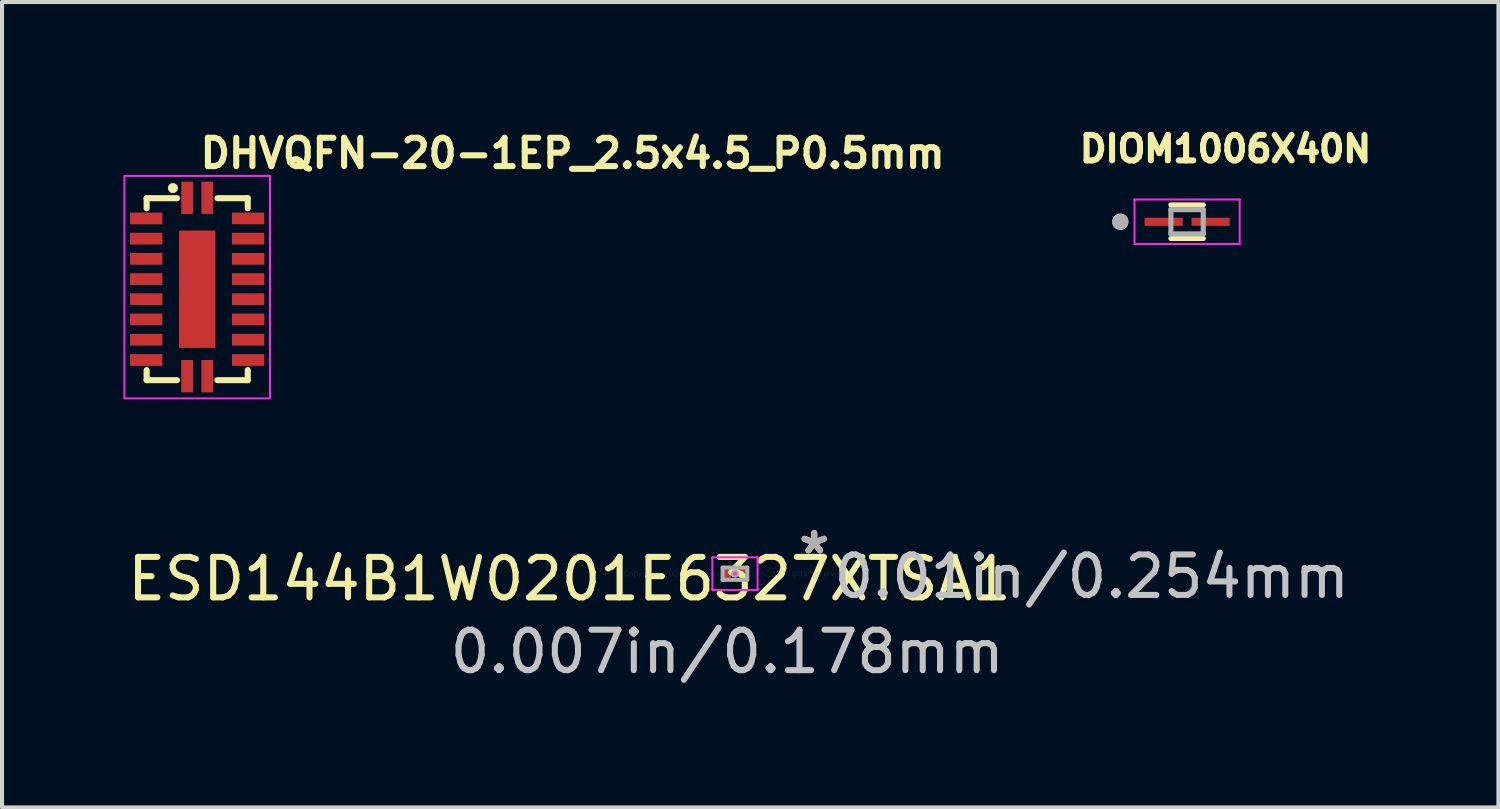
<source format=kicad_pcb>
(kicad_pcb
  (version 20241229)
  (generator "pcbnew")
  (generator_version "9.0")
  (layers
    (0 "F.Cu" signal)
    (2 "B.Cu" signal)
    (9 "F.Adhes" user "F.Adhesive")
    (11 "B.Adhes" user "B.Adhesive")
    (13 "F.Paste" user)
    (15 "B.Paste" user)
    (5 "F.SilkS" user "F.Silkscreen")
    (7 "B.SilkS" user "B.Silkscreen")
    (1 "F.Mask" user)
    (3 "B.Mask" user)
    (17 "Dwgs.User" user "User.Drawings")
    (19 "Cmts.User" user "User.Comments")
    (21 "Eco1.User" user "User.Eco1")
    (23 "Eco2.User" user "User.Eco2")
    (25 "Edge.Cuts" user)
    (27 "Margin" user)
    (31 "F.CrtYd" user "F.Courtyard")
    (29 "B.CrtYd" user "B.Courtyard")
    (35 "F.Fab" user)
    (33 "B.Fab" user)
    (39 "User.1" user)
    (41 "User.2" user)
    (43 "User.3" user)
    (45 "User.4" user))
  (footprint "ESD144B1W0201E6327XTSA1"
    (layer "F.Cu")
    (at 15.12 11.133)
    (property "Reference" "ESD144B1W0201E6327XTSA1" (at -4.09 0.13 0) (layer "F.SilkS") (effects (font (size 1 1) (thickness 0.15))))
    (attr through_hole)
    (fp_line (start -0.559 -0.406) (end 0.559 -0.406) (stroke (width 0.05) (type solid)) (layer "F.CrtYd"))
    (fp_line (start -0.559 -0.381) (end -0.559 -0.406) (stroke (width 0.05) (type solid)) (layer "F.CrtYd"))
    (fp_line (start -0.559 -0.381) (end -0.559 -0.381) (stroke (width 0.05) (type solid)) (layer "F.CrtYd"))
    (fp_line (start -0.559 0.381) (end -0.559 -0.381) (stroke (width 0.05) (type solid)) (layer "F.CrtYd"))
    (fp_line (start -0.559 0.381) (end -0.559 0.381) (stroke (width 0.05) (type solid)) (layer "F.CrtYd"))
    (fp_line (start -0.559 0.406) (end -0.559 0.381) (stroke (width 0.05) (type solid)) (layer "F.CrtYd"))
    (fp_line (start 0.559 -0.406) (end 0.559 -0.381) (stroke (width 0.05) (type solid)) (layer "F.CrtYd"))
    (fp_line (start 0.559 -0.381) (end 0.559 -0.381) (stroke (width 0.05) (type solid)) (layer "F.CrtYd"))
    (fp_line (start 0.559 -0.381) (end 0.559 0.381) (stroke (width 0.05) (type solid)) (layer "F.CrtYd"))
    (fp_line (start 0.559 0.381) (end 0.559 0.381) (stroke (width 0.05) (type solid)) (layer "F.CrtYd"))
    (fp_line (start 0.559 0.381) (end 0.559 0.406) (stroke (width 0.05) (type solid)) (layer "F.CrtYd"))
    (fp_line (start 0.559 0.406) (end -0.559 0.406) (stroke (width 0.05) (type solid)) (layer "F.CrtYd"))
    (fp_circle (center 0 0) (end 0 0) (stroke (width 0.05) (type solid)) (fill no) (layer "F.CrtYd"))
    (fp_line (start -0.305 -0.152) (end -0.305 0.152) (stroke (width 0.1) (type solid)) (layer "F.Fab"))
    (fp_line (start -0.305 0.152) (end 0.305 0.152) (stroke (width 0.1) (type solid)) (layer "F.Fab"))
    (fp_line (start 0.305 -0.152) (end -0.305 -0.152) (stroke (width 0.1) (type solid)) (layer "F.Fab"))
    (fp_line (start 0.305 0.152) (end 0.305 -0.152) (stroke (width 0.1) (type solid)) (layer "F.Fab"))
    (fp_circle (center 0 0) (end 0 0) (stroke (width 0.1) (type solid)) (fill no) (layer "F.Fab"))
    (fp_text user "*" (at 1.96 -0.46 0) (layer "F.SilkS") (effects (font (size 1 1) (thickness 0.15))))
    (fp_text user "0.007in/0.178mm" (at -0.191 1.93 0) (layer "Dwgs.User") (effects (font (size 1 1) (thickness 0.15))))
    (fp_text user "0.01in/0.254mm" (at 8.82 0.07 0) (layer "Dwgs.User") (effects (font (size 1 1) (thickness 0.15))))
    (fp_text user "Copyright 2021 Accelerated Designs. All rights reserved." (at 0 0 0) (layer "Cmts.User") (effects (font (size 0.127 0.127) (thickness 0.002))))
    (fp_text user "*" (at 1.96 -0.46 0) (layer "F.Fab") (effects (font (size 1 1) (thickness 0.15))))
    (pad "1" smd rect (at -0.191 0) (size 0.178 0.254) (layers "F.Cu" "F.Mask" "F.Paste"))
    (pad "2" smd rect (at 0.191 0) (size 0.178 0.254) (layers "F.Cu" "F.Mask" "F.Paste")))
  (footprint "DHVQFN-20-1EP_2.5x4.5_P0.5mm"
    (layer "F.Cu")
    (at 1.825 4.1)
    (property "Reference" "DHVQFN-20-1EP_2.5x4.5_P0.5mm" (at 0 -2.95 0) (layer "F.SilkS") (effects (font (size 0.7 0.7) (thickness 0.15)) (justify left bottom)))
    (attr smd)
    (fp_line (start -1.25 -2.25) (end -1.25 -2) (stroke (width 0.15) (type solid)) (layer "F.SilkS"))
    (fp_line (start -1.25 -2.25) (end -0.5 -2.25) (stroke (width 0.15) (type solid)) (layer "F.SilkS"))
    (fp_line (start -1.25 2.249) (end -1.25 2) (stroke (width 0.15) (type solid)) (layer "F.SilkS"))
    (fp_line (start -1.25 2.249) (end -0.5 2.249) (stroke (width 0.15) (type solid)) (layer "F.SilkS"))
    (fp_line (start 1.249 -2.25) (end 0.5 -2.25) (stroke (width 0.15) (type solid)) (layer "F.SilkS"))
    (fp_line (start 1.249 -2.25) (end 1.25 -2) (stroke (width 0.15) (type solid)) (layer "F.SilkS"))
    (fp_line (start 1.249 2.249) (end 0.5 2.249) (stroke (width 0.15) (type solid)) (layer "F.SilkS"))
    (fp_line (start 1.249 2.249) (end 1.25 2) (stroke (width 0.15) (type solid)) (layer "F.SilkS"))
    (fp_circle (center -0.6 -2.5) (end -0.551 -2.5) (stroke (width 0.15) (type solid)) (fill yes) (layer "F.SilkS"))
    (fp_poly (pts (xy -0.203 0.2) (xy 0.2 0.2) (xy 0.2 0.847) (xy -0.203 0.847)) (stroke (width 0.01) (type solid)) (fill yes) (layer "F.Paste"))
    (fp_poly (pts (xy 0.2 -0.203) (xy -0.203 -0.203) (xy -0.203 -0.85) (xy 0.2 -0.85)) (stroke (width 0.01) (type solid)) (fill yes) (layer "F.Paste"))
    (fp_rect (start -1.8 -2.8) (end 1.8 2.7) (stroke (width 0.05) (type solid)) (fill no) (layer "F.CrtYd"))
    (fp_rect (start -1.26 -2.261) (end 1.259 2.258) (stroke (width 0.1) (type solid)) (fill no) (layer "User.5"))
    (fp_line (start -1.26 -1.871) (end -1.26 -1.631) (stroke (width 0.02) (type solid)) (layer "User.9"))
    (fp_line (start -1.26 -1.631) (end -1.25 -1.631) (stroke (width 0.02) (type solid)) (layer "User.9"))
    (fp_line (start -1.26 -1.371) (end -1.26 -1.131) (stroke (width 0.02) (type solid)) (layer "User.9"))
    (fp_line (start -1.26 -1.371) (end -1.26 -1.131) (stroke (width 0.02) (type solid)) (layer "User.9"))
    (fp_line (start -1.26 -1.131) (end -1.25 -1.131) (stroke (width 0.02) (type solid)) (layer "User.9"))
    (fp_line (start -1.26 -1.131) (end -1.25 -1.131) (stroke (width 0.02) (type solid)) (layer "User.9"))
    (fp_line (start -1.26 -0.87) (end -1.26 -0.63) (stroke (width 0.02) (type solid)) (layer "User.9"))
    (fp_line (start -1.26 -0.87) (end -1.26 -0.63) (stroke (width 0.02) (type solid)) (layer "User.9"))
    (fp_line (start -1.26 -0.87) (end -1.26 -0.63) (stroke (width 0.02) (type solid)) (layer "User.9"))
    (fp_line (start -1.26 -0.63) (end -1.25 -0.63) (stroke (width 0.02) (type solid)) (layer "User.9"))
    (fp_line (start -1.26 -0.63) (end -1.25 -0.63) (stroke (width 0.02) (type solid)) (layer "User.9"))
    (fp_line (start -1.26 -0.63) (end -1.25 -0.63) (stroke (width 0.02) (type solid)) (layer "User.9"))
    (fp_line (start -1.26 -0.37) (end -1.26 -0.132) (stroke (width 0.02) (type solid)) (layer "User.9"))
    (fp_line (start -1.26 -0.37) (end -1.26 -0.132) (stroke (width 0.02) (type solid)) (layer "User.9"))
    (fp_line (start -1.26 -0.37) (end -1.26 -0.132) (stroke (width 0.02) (type solid)) (layer "User.9"))
    (fp_line (start -1.26 -0.37) (end -1.26 -0.132) (stroke (width 0.02) (type solid)) (layer "User.9"))
    (fp_line (start -1.26 -0.132) (end -1.25 -0.132) (stroke (width 0.02) (type solid)) (layer "User.9"))
    (fp_line (start -1.26 -0.132) (end -1.25 -0.132) (stroke (width 0.02) (type solid)) (layer "User.9"))
    (fp_line (start -1.26 -0.132) (end -1.25 -0.132) (stroke (width 0.02) (type solid)) (layer "User.9"))
    (fp_line (start -1.26 -0.132) (end -1.25 -0.132) (stroke (width 0.02) (type solid)) (layer "User.9"))
    (fp_line (start -1.26 0.13) (end -1.26 0.368) (stroke (width 0.02) (type solid)) (layer "User.9"))
    (fp_line (start -1.26 0.13) (end -1.26 0.368) (stroke (width 0.02) (type solid)) (layer "User.9"))
    (fp_line (start -1.26 0.13) (end -1.26 0.368) (stroke (width 0.02) (type solid)) (layer "User.9"))
    (fp_line (start -1.26 0.13) (end -1.26 0.368) (stroke (width 0.02) (type solid)) (layer "User.9"))
    (fp_line (start -1.26 0.368) (end -1.25 0.368) (stroke (width 0.02) (type solid)) (layer "User.9"))
    (fp_line (start -1.26 0.368) (end -1.25 0.368) (stroke (width 0.02) (type solid)) (layer "User.9"))
    (fp_line (start -1.26 0.368) (end -1.25 0.368) (stroke (width 0.02) (type solid)) (layer "User.9"))
    (fp_line (start -1.26 0.368) (end -1.25 0.368) (stroke (width 0.02) (type solid)) (layer "User.9"))
    (fp_line (start -1.26 0.628) (end -1.26 0.868) (stroke (width 0.02) (type solid)) (layer "User.9"))
    (fp_line (start -1.26 0.628) (end -1.26 0.868) (stroke (width 0.02) (type solid)) (layer "User.9"))
    (fp_line (start -1.26 0.628) (end -1.26 0.868) (stroke (width 0.02) (type solid)) (layer "User.9"))
    (fp_line (start -1.26 0.868) (end -1.25 0.868) (stroke (width 0.02) (type solid)) (layer "User.9"))
    (fp_line (start -1.26 0.868) (end -1.25 0.868) (stroke (width 0.02) (type solid)) (layer "User.9"))
    (fp_line (start -1.26 0.868) (end -1.25 0.868) (stroke (width 0.02) (type solid)) (layer "User.9"))
    (fp_line (start -1.26 1.128) (end -1.26 1.37) (stroke (width 0.02) (type solid)) (layer "User.9"))
    (fp_line (start -1.26 1.128) (end -1.26 1.37) (stroke (width 0.02) (type solid)) (layer "User.9"))
    (fp_line (start -1.26 1.37) (end -1.25 1.37) (stroke (width 0.02) (type solid)) (layer "User.9"))
    (fp_line (start -1.26 1.37) (end -1.25 1.37) (stroke (width 0.02) (type solid)) (layer "User.9"))
    (fp_line (start -1.26 1.628) (end -1.26 1.87) (stroke (width 0.02) (type solid)) (layer "User.9"))
    (fp_line (start -1.26 1.87) (end -1.25 1.87) (stroke (width 0.02) (type solid)) (layer "User.9"))
    (fp_line (start -1.25 -2.25) (end -1.25 2.249) (stroke (width 0.02) (type solid)) (layer "User.9"))
    (fp_line (start -1.25 -1.871) (end -1.26 -1.871) (stroke (width 0.02) (type solid)) (layer "User.9"))
    (fp_line (start -1.25 -1.371) (end -1.26 -1.371) (stroke (width 0.02) (type solid)) (layer "User.9"))
    (fp_line (start -1.25 -1.371) (end -1.26 -1.371) (stroke (width 0.02) (type solid)) (layer "User.9"))
    (fp_line (start -1.25 -0.87) (end -1.26 -0.87) (stroke (width 0.02) (type solid)) (layer "User.9"))
    (fp_line (start -1.25 -0.87) (end -1.26 -0.87) (stroke (width 0.02) (type solid)) (layer "User.9"))
    (fp_line (start -1.25 -0.87) (end -1.26 -0.87) (stroke (width 0.02) (type solid)) (layer "User.9"))
    (fp_line (start -1.25 -0.37) (end -1.26 -0.37) (stroke (width 0.02) (type solid)) (layer "User.9"))
    (fp_line (start -1.25 -0.37) (end -1.26 -0.37) (stroke (width 0.02) (type solid)) (layer "User.9"))
    (fp_line (start -1.25 -0.37) (end -1.26 -0.37) (stroke (width 0.02) (type solid)) (layer "User.9"))
    (fp_line (start -1.25 -0.37) (end -1.26 -0.37) (stroke (width 0.02) (type solid)) (layer "User.9"))
    (fp_line (start -1.25 0.13) (end -1.26 0.13) (stroke (width 0.02) (type solid)) (layer "User.9"))
    (fp_line (start -1.25 0.13) (end -1.26 0.13) (stroke (width 0.02) (type solid)) (layer "User.9"))
    (fp_line (start -1.25 0.13) (end -1.26 0.13) (stroke (width 0.02) (type solid)) (layer "User.9"))
    (fp_line (start -1.25 0.13) (end -1.26 0.13) (stroke (width 0.02) (type solid)) (layer "User.9"))
    (fp_line (start -1.25 0.628) (end -1.26 0.628) (stroke (width 0.02) (type solid)) (layer "User.9"))
    (fp_line (start -1.25 0.628) (end -1.26 0.628) (stroke (width 0.02) (type solid)) (layer "User.9"))
    (fp_line (start -1.25 0.628) (end -1.26 0.628) (stroke (width 0.02) (type solid)) (layer "User.9"))
    (fp_line (start -1.25 1.128) (end -1.26 1.128) (stroke (width 0.02) (type solid)) (layer "User.9"))
    (fp_line (start -1.25 1.128) (end -1.26 1.128) (stroke (width 0.02) (type solid)) (layer "User.9"))
    (fp_line (start -1.25 1.628) (end -1.26 1.628) (stroke (width 0.02) (type solid)) (layer "User.9"))
    (fp_line (start -1.25 2.249) (end 1.249 2.249) (stroke (width 0.02) (type solid)) (layer "User.9"))
    (fp_line (start -0.37 -2.261) (end -0.37 -2.25) (stroke (width 0.02) (type solid)) (layer "User.9"))
    (fp_line (start -0.37 2.249) (end -0.37 2.258) (stroke (width 0.02) (type solid)) (layer "User.9"))
    (fp_line (start -0.37 2.258) (end -0.132 2.258) (stroke (width 0.02) (type solid)) (layer "User.9"))
    (fp_line (start -0.132 -2.261) (end -0.37 -2.261) (stroke (width 0.02) (type solid)) (layer "User.9"))
    (fp_line (start -0.132 -2.25) (end -0.132 -2.261) (stroke (width 0.02) (type solid)) (layer "User.9"))
    (fp_line (start -0.132 2.258) (end -0.132 2.249) (stroke (width 0.02) (type solid)) (layer "User.9"))
    (fp_line (start 0.13 -2.261) (end 0.13 -2.25) (stroke (width 0.02) (type solid)) (layer "User.9"))
    (fp_line (start 0.13 2.249) (end 0.13 2.258) (stroke (width 0.02) (type solid)) (layer "User.9"))
    (fp_line (start 0.13 2.258) (end 0.368 2.258) (stroke (width 0.02) (type solid)) (layer "User.9"))
    (fp_line (start 0.368 -2.261) (end 0.13 -2.261) (stroke (width 0.02) (type solid)) (layer "User.9"))
    (fp_line (start 0.368 -2.25) (end 0.368 -2.261) (stroke (width 0.02) (type solid)) (layer "User.9"))
    (fp_line (start 0.368 2.258) (end 0.368 2.249) (stroke (width 0.02) (type solid)) (layer "User.9"))
    (fp_line (start 1.249 -2.25) (end -1.25 -2.25) (stroke (width 0.02) (type solid)) (layer "User.9"))
    (fp_line (start 1.249 -1.631) (end 1.259 -1.631) (stroke (width 0.02) (type solid)) (layer "User.9"))
    (fp_line (start 1.249 -1.131) (end 1.259 -1.131) (stroke (width 0.02) (type solid)) (layer "User.9"))
    (fp_line (start 1.249 -1.131) (end 1.259 -1.131) (stroke (width 0.02) (type solid)) (layer "User.9"))
    (fp_line (start 1.249 -0.63) (end 1.259 -0.63) (stroke (width 0.02) (type solid)) (layer "User.9"))
    (fp_line (start 1.249 -0.63) (end 1.259 -0.63) (stroke (width 0.02) (type solid)) (layer "User.9"))
    (fp_line (start 1.249 -0.63) (end 1.259 -0.63) (stroke (width 0.02) (type solid)) (layer "User.9"))
    (fp_line (start 1.249 -0.132) (end 1.259 -0.132) (stroke (width 0.02) (type solid)) (layer "User.9"))
    (fp_line (start 1.249 -0.132) (end 1.259 -0.132) (stroke (width 0.02) (type solid)) (layer "User.9"))
    (fp_line (start 1.249 -0.132) (end 1.259 -0.132) (stroke (width 0.02) (type solid)) (layer "User.9"))
    (fp_line (start 1.249 -0.132) (end 1.259 -0.132) (stroke (width 0.02) (type solid)) (layer "User.9"))
    (fp_line (start 1.249 0.368) (end 1.259 0.368) (stroke (width 0.02) (type solid)) (layer "User.9"))
    (fp_line (start 1.249 0.368) (end 1.259 0.368) (stroke (width 0.02) (type solid)) (layer "User.9"))
    (fp_line (start 1.249 0.368) (end 1.259 0.368) (stroke (width 0.02) (type solid)) (layer "User.9"))
    (fp_line (start 1.249 0.368) (end 1.259 0.368) (stroke (width 0.02) (type solid)) (layer "User.9"))
    (fp_line (start 1.249 0.868) (end 1.259 0.868) (stroke (width 0.02) (type solid)) (layer "User.9"))
    (fp_line (start 1.249 0.868) (end 1.259 0.868) (stroke (width 0.02) (type solid)) (layer "User.9"))
    (fp_line (start 1.249 0.868) (end 1.259 0.868) (stroke (width 0.02) (type solid)) (layer "User.9"))
    (fp_line (start 1.249 1.37) (end 1.259 1.37) (stroke (width 0.02) (type solid)) (layer "User.9"))
    (fp_line (start 1.249 1.37) (end 1.259 1.37) (stroke (width 0.02) (type solid)) (layer "User.9"))
    (fp_line (start 1.249 1.87) (end 1.259 1.87) (stroke (width 0.02) (type solid)) (layer "User.9"))
    (fp_line (start 1.249 2.249) (end 1.249 -2.25) (stroke (width 0.02) (type solid)) (layer "User.9"))
    (fp_line (start 1.259 -1.871) (end 1.249 -1.871) (stroke (width 0.02) (type solid)) (layer "User.9"))
    (fp_line (start 1.259 -1.631) (end 1.259 -1.871) (stroke (width 0.02) (type solid)) (layer "User.9"))
    (fp_line (start 1.259 -1.371) (end 1.249 -1.371) (stroke (width 0.02) (type solid)) (layer "User.9"))
    (fp_line (start 1.259 -1.371) (end 1.249 -1.371) (stroke (width 0.02) (type solid)) (layer "User.9"))
    (fp_line (start 1.259 -1.131) (end 1.259 -1.371) (stroke (width 0.02) (type solid)) (layer "User.9"))
    (fp_line (start 1.259 -1.131) (end 1.259 -1.371) (stroke (width 0.02) (type solid)) (layer "User.9"))
    (fp_line (start 1.259 -0.87) (end 1.249 -0.87) (stroke (width 0.02) (type solid)) (layer "User.9"))
    (fp_line (start 1.259 -0.87) (end 1.249 -0.87) (stroke (width 0.02) (type solid)) (layer "User.9"))
    (fp_line (start 1.259 -0.87) (end 1.249 -0.87) (stroke (width 0.02) (type solid)) (layer "User.9"))
    (fp_line (start 1.259 -0.63) (end 1.259 -0.87) (stroke (width 0.02) (type solid)) (layer "User.9"))
    (fp_line (start 1.259 -0.63) (end 1.259 -0.87) (stroke (width 0.02) (type solid)) (layer "User.9"))
    (fp_line (start 1.259 -0.63) (end 1.259 -0.87) (stroke (width 0.02) (type solid)) (layer "User.9"))
    (fp_line (start 1.259 -0.37) (end 1.249 -0.37) (stroke (width 0.02) (type solid)) (layer "User.9"))
    (fp_line (start 1.259 -0.37) (end 1.249 -0.37) (stroke (width 0.02) (type solid)) (layer "User.9"))
    (fp_line (start 1.259 -0.37) (end 1.249 -0.37) (stroke (width 0.02) (type solid)) (layer "User.9"))
    (fp_line (start 1.259 -0.37) (end 1.249 -0.37) (stroke (width 0.02) (type solid)) (layer "User.9"))
    (fp_line (start 1.259 -0.132) (end 1.259 -0.37) (stroke (width 0.02) (type solid)) (layer "User.9"))
    (fp_line (start 1.259 -0.132) (end 1.259 -0.37) (stroke (width 0.02) (type solid)) (layer "User.9"))
    (fp_line (start 1.259 -0.132) (end 1.259 -0.37) (stroke (width 0.02) (type solid)) (layer "User.9"))
    (fp_line (start 1.259 -0.132) (end 1.259 -0.37) (stroke (width 0.02) (type solid)) (layer "User.9"))
    (fp_line (start 1.259 0.13) (end 1.249 0.13) (stroke (width 0.02) (type solid)) (layer "User.9"))
    (fp_line (start 1.259 0.13) (end 1.249 0.13) (stroke (width 0.02) (type solid)) (layer "User.9"))
    (fp_line (start 1.259 0.13) (end 1.249 0.13) (stroke (width 0.02) (type solid)) (layer "User.9"))
    (fp_line (start 1.259 0.13) (end 1.249 0.13) (stroke (width 0.02) (type solid)) (layer "User.9"))
    (fp_line (start 1.259 0.368) (end 1.259 0.13) (stroke (width 0.02) (type solid)) (layer "User.9"))
    (fp_line (start 1.259 0.368) (end 1.259 0.13) (stroke (width 0.02) (type solid)) (layer "User.9"))
    (fp_line (start 1.259 0.368) (end 1.259 0.13) (stroke (width 0.02) (type solid)) (layer "User.9"))
    (fp_line (start 1.259 0.368) (end 1.259 0.13) (stroke (width 0.02) (type solid)) (layer "User.9"))
    (fp_line (start 1.259 0.628) (end 1.249 0.628) (stroke (width 0.02) (type solid)) (layer "User.9"))
    (fp_line (start 1.259 0.628) (end 1.249 0.628) (stroke (width 0.02) (type solid)) (layer "User.9"))
    (fp_line (start 1.259 0.628) (end 1.249 0.628) (stroke (width 0.02) (type solid)) (layer "User.9"))
    (fp_line (start 1.259 0.868) (end 1.259 0.628) (stroke (width 0.02) (type solid)) (layer "User.9"))
    (fp_line (start 1.259 0.868) (end 1.259 0.628) (stroke (width 0.02) (type solid)) (layer "User.9"))
    (fp_line (start 1.259 0.868) (end 1.259 0.628) (stroke (width 0.02) (type solid)) (layer "User.9"))
    (fp_line (start 1.259 1.128) (end 1.249 1.128) (stroke (width 0.02) (type solid)) (layer "User.9"))
    (fp_line (start 1.259 1.128) (end 1.249 1.128) (stroke (width 0.02) (type solid)) (layer "User.9"))
    (fp_line (start 1.259 1.37) (end 1.259 1.128) (stroke (width 0.02) (type solid)) (layer "User.9"))
    (fp_line (start 1.259 1.37) (end 1.259 1.128) (stroke (width 0.02) (type solid)) (layer "User.9"))
    (fp_line (start 1.259 1.628) (end 1.249 1.628) (stroke (width 0.02) (type solid)) (layer "User.9"))
    (fp_line (start 1.259 1.87) (end 1.259 1.628) (stroke (width 0.02) (type solid)) (layer "User.9"))
    (pad "1" smd rect (at -0.248 -2.261) (size 0.29 0.8) (layers "F.Cu" "F.Mask" "F.Paste"))
    (pad "2" smd rect (at -1.26 -1.75 90) (size 0.29 0.8) (layers "F.Cu" "F.Mask" "F.Paste"))
    (pad "3" smd rect (at -1.26 -1.25 90) (size 0.29 0.8) (layers "F.Cu" "F.Mask" "F.Paste"))
    (pad "4" smd rect (at -1.26 -0.75 90) (size 0.29 0.8) (layers "F.Cu" "F.Mask" "F.Paste"))
    (pad "5" smd rect (at -1.26 -0.25 90) (size 0.29 0.8) (layers "F.Cu" "F.Mask" "F.Paste"))
    (pad "6" smd rect (at -1.26 0.247 90) (size 0.29 0.8) (layers "F.Cu" "F.Mask" "F.Paste"))
    (pad "7" smd rect (at -1.26 0.747 90) (size 0.29 0.8) (layers "F.Cu" "F.Mask" "F.Paste"))
    (pad "8" smd rect (at -1.26 1.249 90) (size 0.29 0.8) (layers "F.Cu" "F.Mask" "F.Paste"))
    (pad "9" smd rect (at -1.26 1.749 90) (size 0.29 0.8) (layers "F.Cu" "F.Mask" "F.Paste"))
    (pad "10" smd rect (at -0.248 2.15) (size 0.29 0.8) (layers "F.Cu" "F.Mask" "F.Paste"))
    (pad "11" smd rect (at 0.249 2.15) (size 0.29 0.8) (layers "F.Cu" "F.Mask" "F.Paste"))
    (pad "12" smd rect (at 1.259 1.749 90) (size 0.29 0.8) (layers "F.Cu" "F.Mask" "F.Paste"))
    (pad "13" smd rect (at 1.259 1.249 90) (size 0.29 0.8) (layers "F.Cu" "F.Mask" "F.Paste"))
    (pad "14" smd rect (at 1.259 0.747 90) (size 0.29 0.8) (layers "F.Cu" "F.Mask" "F.Paste"))
    (pad "15" smd rect (at 1.259 0.247 90) (size 0.29 0.8) (layers "F.Cu" "F.Mask" "F.Paste"))
    (pad "16" smd rect (at 1.259 -0.25 90) (size 0.29 0.8) (layers "F.Cu" "F.Mask" "F.Paste"))
    (pad "17" smd rect (at 1.259 -0.75 90) (size 0.29 0.8) (layers "F.Cu" "F.Mask" "F.Paste"))
    (pad "18" smd rect (at 1.259 -1.25 90) (size 0.29 0.8) (layers "F.Cu" "F.Mask" "F.Paste"))
    (pad "19" smd rect (at 1.259 -1.75 90) (size 0.29 0.8) (layers "F.Cu" "F.Mask" "F.Paste"))
    (pad "20" smd rect (at 0.249 -2.261) (size 0.29 0.8) (layers "F.Cu" "F.Mask" "F.Paste"))
    (pad "21" smd rect (at 0 0 180) (size 0.9 2.9) (layers "F.Cu" "F.Mask" "F.Paste")))
  (footprint "DIOM1006X40N"
    (layer "F.Cu")
    (at 26.298 2.432)
    (property "Reference" "DIOM1006X40N" (at 0.95 -1.8 0) (layer "F.SilkS") (effects (font (size 0.63 0.63) (thickness 0.15))))
    (attr smd)
    (fp_line (start -0.4 -0.415) (end 0.4 -0.415) (stroke (width 0.127) (type solid)) (layer "F.SilkS"))
    (fp_line (start 0.4 0.415) (end -0.4 0.415) (stroke (width 0.127) (type solid)) (layer "F.SilkS"))
    (fp_circle (center -1.651 0) (end -1.551 0) (stroke (width 0.2) (type solid)) (fill no) (layer "F.SilkS"))
    (fp_line (start -1.3 -0.55) (end -1.3 0.55) (stroke (width 0.05) (type solid)) (layer "F.CrtYd"))
    (fp_line (start -1.3 0.55) (end 1.3 0.55) (stroke (width 0.05) (type solid)) (layer "F.CrtYd"))
    (fp_line (start 1.3 -0.55) (end -1.3 -0.55) (stroke (width 0.05) (type solid)) (layer "F.CrtYd"))
    (fp_line (start 1.3 0.55) (end 1.3 -0.55) (stroke (width 0.05) (type solid)) (layer "F.CrtYd"))
    (fp_line (start -0.4 -0.3) (end 0.4 -0.3) (stroke (width 0.127) (type solid)) (layer "F.Fab"))
    (fp_line (start -0.4 0.3) (end -0.4 -0.3) (stroke (width 0.127) (type solid)) (layer "F.Fab"))
    (fp_line (start 0.4 -0.3) (end 0.4 0.3) (stroke (width 0.127) (type solid)) (layer "F.Fab"))
    (fp_line (start 0.4 0.3) (end -0.4 0.3) (stroke (width 0.127) (type solid)) (layer "F.Fab"))
    (fp_circle (center -1.651 0) (end -1.551 0) (stroke (width 0.2) (type solid)) (fill no) (layer "F.Fab"))
    (pad "A" smd rect (at 0.58 0) (size 0.94 0.2) (layers "F.Cu" "F.Mask" "F.Paste"))
    (pad "C" smd rect (at -0.58 0) (size 0.94 0.2) (layers "F.Cu" "F.Mask" "F.Paste")))
  (gr_rect
    (start -3 -3)
    (end 33.995 16.912)
    (stroke (width 0.1) (type default))
    (fill no)
    (layer "Edge.Cuts")))
</source>
